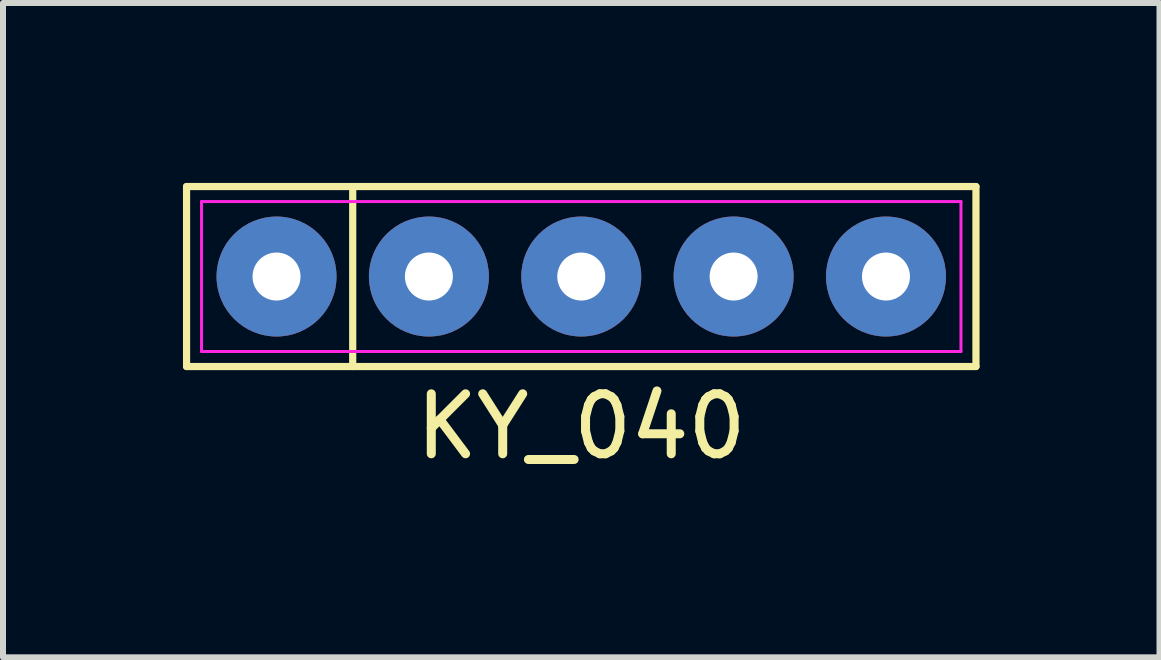
<source format=kicad_pcb>
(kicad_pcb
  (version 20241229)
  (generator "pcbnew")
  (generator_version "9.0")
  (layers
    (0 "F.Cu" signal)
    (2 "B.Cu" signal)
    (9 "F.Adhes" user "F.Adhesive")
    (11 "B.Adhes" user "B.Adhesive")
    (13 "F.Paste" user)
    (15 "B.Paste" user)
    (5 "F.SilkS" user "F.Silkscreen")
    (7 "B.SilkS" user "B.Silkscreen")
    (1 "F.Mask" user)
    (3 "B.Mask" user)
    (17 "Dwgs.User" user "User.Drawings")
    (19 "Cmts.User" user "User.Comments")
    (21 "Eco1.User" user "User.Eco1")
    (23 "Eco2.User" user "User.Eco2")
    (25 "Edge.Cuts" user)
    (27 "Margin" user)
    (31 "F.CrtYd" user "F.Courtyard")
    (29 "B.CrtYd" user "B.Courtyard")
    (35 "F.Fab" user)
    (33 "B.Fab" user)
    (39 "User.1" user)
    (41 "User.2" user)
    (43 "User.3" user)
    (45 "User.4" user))
  (footprint "KY_040"
    (layer "F.Cu")
    (at 6.64 1.56)
    (property "Reference" "KY_040" (at 0 2.5 0) (layer "F.SilkS") (effects (font (size 1 1) (thickness 0.15))))
    (attr through_hole)
    (fp_line (start -6.58 -1.5) (end 6.58 -1.5) (stroke (width 0.12) (type solid)) (layer "F.SilkS"))
    (fp_line (start -6.58 1.5) (end -6.58 -1.5) (stroke (width 0.12) (type solid)) (layer "F.SilkS"))
    (fp_line (start -3.81 -1.5) (end -3.81 1.5) (stroke (width 0.12) (type solid)) (layer "F.SilkS"))
    (fp_line (start 6.58 -1.5) (end 6.58 1.5) (stroke (width 0.12) (type solid)) (layer "F.SilkS"))
    (fp_line (start 6.58 1.5) (end -6.58 1.5) (stroke (width 0.12) (type solid)) (layer "F.SilkS"))
    (fp_line (start -6.33 -1.25) (end 6.33 -1.25) (stroke (width 0.05) (type solid)) (layer "F.CrtYd"))
    (fp_line (start -6.33 1.25) (end -6.33 -1.25) (stroke (width 0.05) (type solid)) (layer "F.CrtYd"))
    (fp_line (start 6.33 -1.25) (end 6.33 1.25) (stroke (width 0.05) (type solid)) (layer "F.CrtYd"))
    (fp_line (start 6.33 1.25) (end -6.33 1.25) (stroke (width 0.05) (type solid)) (layer "F.CrtYd"))
    (pad "1" thru_hole circle (at -5.08 0) (size 2 2) (drill 0.8) (layers "*.Cu" "*.Mask"))
    (pad "2" thru_hole circle (at -2.54 0) (size 2 2) (drill 0.8) (layers "*.Cu" "*.Mask"))
    (pad "3" thru_hole circle (at 0 0) (size 2 2) (drill 0.8) (layers "*.Cu" "*.Mask"))
    (pad "4" thru_hole circle (at 2.54 0) (size 2 2) (drill 0.8) (layers "*.Cu" "*.Mask"))
    (pad "5" thru_hole circle (at 5.08 0) (size 2 2) (drill 0.8) (layers "*.Cu" "*.Mask")))
  (gr_rect
    (start -3 -3)
    (end 16.28 7.908)
    (stroke (width 0.1) (type default))
    (fill no)
    (layer "Edge.Cuts")))
</source>
